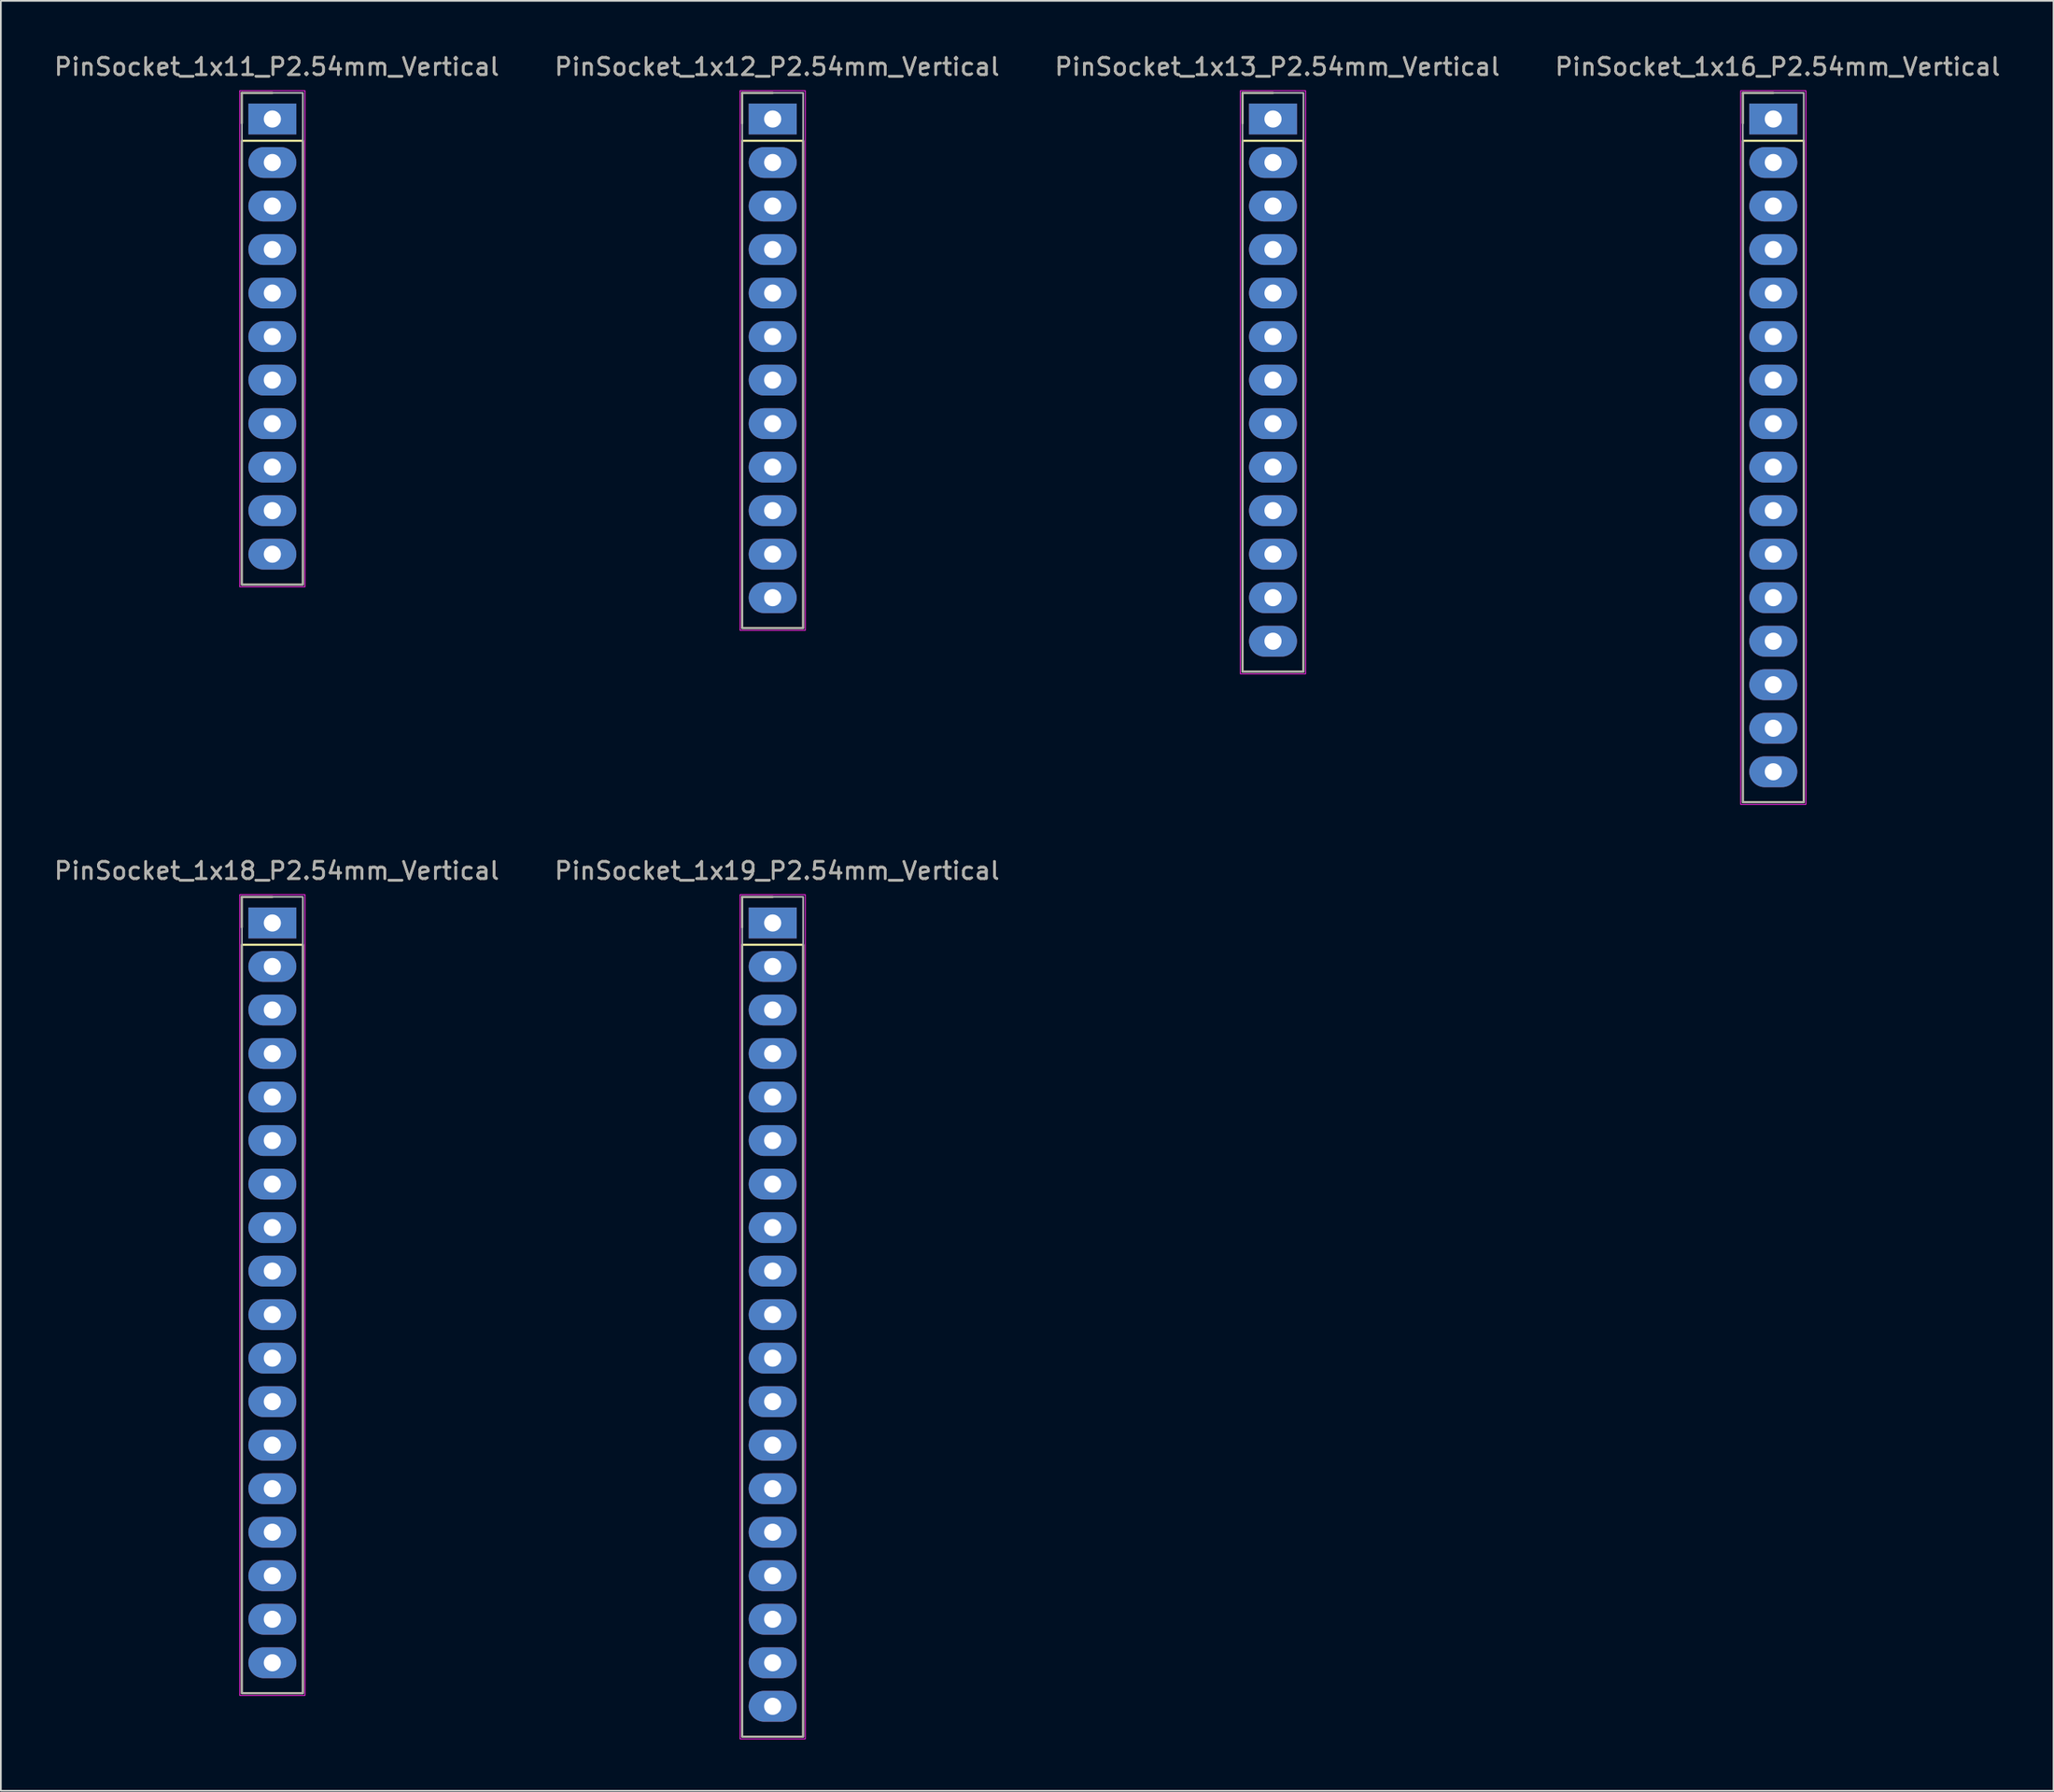
<source format=kicad_pcb>
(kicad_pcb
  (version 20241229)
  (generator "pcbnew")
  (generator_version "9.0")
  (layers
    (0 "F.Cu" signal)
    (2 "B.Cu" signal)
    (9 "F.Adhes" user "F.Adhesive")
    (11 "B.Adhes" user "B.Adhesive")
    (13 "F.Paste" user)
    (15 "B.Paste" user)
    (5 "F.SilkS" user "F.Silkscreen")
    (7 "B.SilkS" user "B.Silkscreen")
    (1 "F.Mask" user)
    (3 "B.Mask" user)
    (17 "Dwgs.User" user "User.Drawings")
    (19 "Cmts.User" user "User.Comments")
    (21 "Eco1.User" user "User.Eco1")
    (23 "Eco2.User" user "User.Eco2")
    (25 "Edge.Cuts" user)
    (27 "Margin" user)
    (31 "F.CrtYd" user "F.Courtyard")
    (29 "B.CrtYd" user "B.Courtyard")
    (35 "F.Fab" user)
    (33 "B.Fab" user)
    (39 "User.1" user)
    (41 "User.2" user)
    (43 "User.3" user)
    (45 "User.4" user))
  (footprint "PinSocket_1x11_P2.54mm_Vertical"
    (layer "F.Cu")
    (at 12.847 3.896)
    (property "Reference" "PinSocket_1x11_P2.54mm_Vertical" (at 0.254 -3.048 0) (unlocked yes) (layer "F.SilkS") (effects (font (size 1 1) (thickness 0.15))))
    (attr through_hole)
    (fp_line (start -1.778 -1.524) (end 0 -1.524) (stroke (width 0.12) (type solid)) (layer "F.SilkS"))
    (fp_line (start -1.778 0.254) (end -1.778 -1.524) (stroke (width 0.12) (type solid)) (layer "F.SilkS"))
    (fp_rect (start -1.778 1.27) (end 1.778 27.178) (stroke (width 0.12) (type solid)) (fill no) (layer "F.SilkS"))
    (fp_rect (start -1.905 -1.651) (end 1.905 27.305) (stroke (width 0.05) (type solid)) (fill no) (layer "F.CrtYd"))
    (fp_rect (start -1.778 -1.524) (end 1.778 27.178) (stroke (width 0.1) (type solid)) (fill no) (layer "F.Fab"))
    (fp_text user "${REFERENCE}" (at 0.254 -3.048 0) (unlocked yes) (layer "F.Fab") (effects (font (size 1 1) (thickness 0.15))))
    (pad "1" thru_hole rect (at 0 0) (size 2.8 1.8) (drill 1) (layers "*.Cu" "*.Mask"))
    (pad "2" thru_hole oval (at 0 2.54) (size 2.8 1.8) (drill 1) (layers "*.Cu" "*.Mask"))
    (pad "3" thru_hole oval (at 0 5.08) (size 2.8 1.8) (drill 1) (layers "*.Cu" "*.Mask"))
    (pad "4" thru_hole oval (at 0 7.62) (size 2.8 1.8) (drill 1) (layers "*.Cu" "*.Mask"))
    (pad "5" thru_hole oval (at 0 10.16) (size 2.8 1.8) (drill 1) (layers "*.Cu" "*.Mask"))
    (pad "6" thru_hole oval (at 0 12.7) (size 2.8 1.8) (drill 1) (layers "*.Cu" "*.Mask"))
    (pad "7" thru_hole oval (at 0 15.24) (size 2.8 1.8) (drill 1) (layers "*.Cu" "*.Mask"))
    (pad "8" thru_hole oval (at 0 17.78) (size 2.8 1.8) (drill 1) (layers "*.Cu" "*.Mask"))
    (pad "9" thru_hole oval (at 0 20.32) (size 2.8 1.8) (drill 1) (layers "*.Cu" "*.Mask"))
    (pad "10" thru_hole oval (at 0 22.86) (size 2.8 1.8) (drill 1) (layers "*.Cu" "*.Mask"))
    (pad "11" thru_hole oval (at 0 25.4) (size 2.8 1.8) (drill 1) (layers "*.Cu" "*.Mask")))
  (footprint "PinSocket_1x19_P2.54mm_Vertical"
    (layer "F.Cu")
    (at 42.05 50.822)
    (property "Reference" "PinSocket_1x19_P2.54mm_Vertical" (at 0.254 -3.048 0) (unlocked yes) (layer "F.SilkS") (effects (font (size 1 1) (thickness 0.15))))
    (attr through_hole)
    (fp_line (start -1.778 -1.524) (end 0 -1.524) (stroke (width 0.12) (type solid)) (layer "F.SilkS"))
    (fp_line (start -1.778 0.254) (end -1.778 -1.524) (stroke (width 0.12) (type solid)) (layer "F.SilkS"))
    (fp_rect (start -1.778 1.27) (end 1.778 47.498) (stroke (width 0.12) (type solid)) (fill no) (layer "F.SilkS"))
    (fp_rect (start -1.905 -1.651) (end 1.905 47.625) (stroke (width 0.05) (type solid)) (fill no) (layer "F.CrtYd"))
    (fp_rect (start -1.778 -1.524) (end 1.778 47.498) (stroke (width 0.1) (type solid)) (fill no) (layer "F.Fab"))
    (fp_text user "${REFERENCE}" (at 0.254 -3.048 0) (unlocked yes) (layer "F.Fab") (effects (font (size 1 1) (thickness 0.15))))
    (pad "1" thru_hole rect (at 0 0) (size 2.8 1.8) (drill 1) (layers "*.Cu" "*.Mask"))
    (pad "2" thru_hole oval (at 0 2.54) (size 2.8 1.8) (drill 1) (layers "*.Cu" "*.Mask"))
    (pad "3" thru_hole oval (at 0 5.08) (size 2.8 1.8) (drill 1) (layers "*.Cu" "*.Mask"))
    (pad "4" thru_hole oval (at 0 7.62) (size 2.8 1.8) (drill 1) (layers "*.Cu" "*.Mask"))
    (pad "5" thru_hole oval (at 0 10.16) (size 2.8 1.8) (drill 1) (layers "*.Cu" "*.Mask"))
    (pad "6" thru_hole oval (at 0 12.7) (size 2.8 1.8) (drill 1) (layers "*.Cu" "*.Mask"))
    (pad "7" thru_hole oval (at 0 15.24) (size 2.8 1.8) (drill 1) (layers "*.Cu" "*.Mask"))
    (pad "8" thru_hole oval (at 0 17.78) (size 2.8 1.8) (drill 1) (layers "*.Cu" "*.Mask"))
    (pad "9" thru_hole oval (at 0 20.32) (size 2.8 1.8) (drill 1) (layers "*.Cu" "*.Mask"))
    (pad "10" thru_hole oval (at 0 22.86) (size 2.8 1.8) (drill 1) (layers "*.Cu" "*.Mask"))
    (pad "11" thru_hole oval (at 0 25.4) (size 2.8 1.8) (drill 1) (layers "*.Cu" "*.Mask"))
    (pad "12" thru_hole oval (at 0 27.94) (size 2.8 1.8) (drill 1) (layers "*.Cu" "*.Mask"))
    (pad "13" thru_hole oval (at 0 30.48) (size 2.8 1.8) (drill 1) (layers "*.Cu" "*.Mask"))
    (pad "14" thru_hole oval (at 0 33.02) (size 2.8 1.8) (drill 1) (layers "*.Cu" "*.Mask"))
    (pad "15" thru_hole oval (at 0 35.56) (size 2.8 1.8) (drill 1) (layers "*.Cu" "*.Mask"))
    (pad "16" thru_hole oval (at 0 38.1) (size 2.8 1.8) (drill 1) (layers "*.Cu" "*.Mask"))
    (pad "17" thru_hole oval (at 0 40.64) (size 2.8 1.8) (drill 1) (layers "*.Cu" "*.Mask"))
    (pad "18" thru_hole oval (at 0 43.18) (size 2.8 1.8) (drill 1) (layers "*.Cu" "*.Mask"))
    (pad "19" thru_hole oval (at 0 45.72) (size 2.8 1.8) (drill 1) (layers "*.Cu" "*.Mask")))
  (footprint "PinSocket_1x13_P2.54mm_Vertical"
    (layer "F.Cu")
    (at 71.252 3.896)
    (property "Reference" "PinSocket_1x13_P2.54mm_Vertical" (at 0.254 -3.048 0) (unlocked yes) (layer "F.SilkS") (effects (font (size 1 1) (thickness 0.15))))
    (attr through_hole)
    (fp_line (start -1.778 -1.524) (end 0 -1.524) (stroke (width 0.12) (type solid)) (layer "F.SilkS"))
    (fp_line (start -1.778 0.254) (end -1.778 -1.524) (stroke (width 0.12) (type solid)) (layer "F.SilkS"))
    (fp_rect (start -1.778 1.27) (end 1.778 32.258) (stroke (width 0.12) (type solid)) (fill no) (layer "F.SilkS"))
    (fp_rect (start -1.905 -1.651) (end 1.905 32.385) (stroke (width 0.05) (type solid)) (fill no) (layer "F.CrtYd"))
    (fp_rect (start -1.778 -1.524) (end 1.778 32.258) (stroke (width 0.1) (type solid)) (fill no) (layer "F.Fab"))
    (fp_text user "${REFERENCE}" (at 0.254 -3.048 0) (unlocked yes) (layer "F.Fab") (effects (font (size 1 1) (thickness 0.15))))
    (pad "1" thru_hole rect (at 0 0) (size 2.8 1.8) (drill 1) (layers "*.Cu" "*.Mask"))
    (pad "2" thru_hole oval (at 0 2.54) (size 2.8 1.8) (drill 1) (layers "*.Cu" "*.Mask"))
    (pad "3" thru_hole oval (at 0 5.08) (size 2.8 1.8) (drill 1) (layers "*.Cu" "*.Mask"))
    (pad "4" thru_hole oval (at 0 7.62) (size 2.8 1.8) (drill 1) (layers "*.Cu" "*.Mask"))
    (pad "5" thru_hole oval (at 0 10.16) (size 2.8 1.8) (drill 1) (layers "*.Cu" "*.Mask"))
    (pad "6" thru_hole oval (at 0 12.7) (size 2.8 1.8) (drill 1) (layers "*.Cu" "*.Mask"))
    (pad "7" thru_hole oval (at 0 15.24) (size 2.8 1.8) (drill 1) (layers "*.Cu" "*.Mask"))
    (pad "8" thru_hole oval (at 0 17.78) (size 2.8 1.8) (drill 1) (layers "*.Cu" "*.Mask"))
    (pad "9" thru_hole oval (at 0 20.32) (size 2.8 1.8) (drill 1) (layers "*.Cu" "*.Mask"))
    (pad "10" thru_hole oval (at 0 22.86) (size 2.8 1.8) (drill 1) (layers "*.Cu" "*.Mask"))
    (pad "11" thru_hole oval (at 0 25.4) (size 2.8 1.8) (drill 1) (layers "*.Cu" "*.Mask"))
    (pad "12" thru_hole oval (at 0 27.94) (size 2.8 1.8) (drill 1) (layers "*.Cu" "*.Mask"))
    (pad "13" thru_hole oval (at 0 30.48) (size 2.8 1.8) (drill 1) (layers "*.Cu" "*.Mask")))
  (footprint "PinSocket_1x18_P2.54mm_Vertical"
    (layer "F.Cu")
    (at 12.847 50.822)
    (property "Reference" "PinSocket_1x18_P2.54mm_Vertical" (at 0.254 -3.048 0) (unlocked yes) (layer "F.SilkS") (effects (font (size 1 1) (thickness 0.15))))
    (attr through_hole)
    (fp_line (start -1.778 -1.524) (end 0 -1.524) (stroke (width 0.12) (type solid)) (layer "F.SilkS"))
    (fp_line (start -1.778 0.254) (end -1.778 -1.524) (stroke (width 0.12) (type solid)) (layer "F.SilkS"))
    (fp_rect (start -1.778 1.27) (end 1.778 44.958) (stroke (width 0.12) (type solid)) (fill no) (layer "F.SilkS"))
    (fp_rect (start -1.905 -1.651) (end 1.905 45.085) (stroke (width 0.05) (type solid)) (fill no) (layer "F.CrtYd"))
    (fp_rect (start -1.778 -1.524) (end 1.778 44.958) (stroke (width 0.1) (type solid)) (fill no) (layer "F.Fab"))
    (fp_text user "${REFERENCE}" (at 0.254 -3.048 0) (unlocked yes) (layer "F.Fab") (effects (font (size 1 1) (thickness 0.15))))
    (pad "1" thru_hole rect (at 0 0) (size 2.8 1.8) (drill 1) (layers "*.Cu" "*.Mask"))
    (pad "2" thru_hole oval (at 0 2.54) (size 2.8 1.8) (drill 1) (layers "*.Cu" "*.Mask"))
    (pad "3" thru_hole oval (at 0 5.08) (size 2.8 1.8) (drill 1) (layers "*.Cu" "*.Mask"))
    (pad "4" thru_hole oval (at 0 7.62) (size 2.8 1.8) (drill 1) (layers "*.Cu" "*.Mask"))
    (pad "5" thru_hole oval (at 0 10.16) (size 2.8 1.8) (drill 1) (layers "*.Cu" "*.Mask"))
    (pad "6" thru_hole oval (at 0 12.7) (size 2.8 1.8) (drill 1) (layers "*.Cu" "*.Mask"))
    (pad "7" thru_hole oval (at 0 15.24) (size 2.8 1.8) (drill 1) (layers "*.Cu" "*.Mask"))
    (pad "8" thru_hole oval (at 0 17.78) (size 2.8 1.8) (drill 1) (layers "*.Cu" "*.Mask"))
    (pad "9" thru_hole oval (at 0 20.32) (size 2.8 1.8) (drill 1) (layers "*.Cu" "*.Mask"))
    (pad "10" thru_hole oval (at 0 22.86) (size 2.8 1.8) (drill 1) (layers "*.Cu" "*.Mask"))
    (pad "11" thru_hole oval (at 0 25.4) (size 2.8 1.8) (drill 1) (layers "*.Cu" "*.Mask"))
    (pad "12" thru_hole oval (at 0 27.94) (size 2.8 1.8) (drill 1) (layers "*.Cu" "*.Mask"))
    (pad "13" thru_hole oval (at 0 30.48) (size 2.8 1.8) (drill 1) (layers "*.Cu" "*.Mask"))
    (pad "14" thru_hole oval (at 0 33.02) (size 2.8 1.8) (drill 1) (layers "*.Cu" "*.Mask"))
    (pad "15" thru_hole oval (at 0 35.56) (size 2.8 1.8) (drill 1) (layers "*.Cu" "*.Mask"))
    (pad "16" thru_hole oval (at 0 38.1) (size 2.8 1.8) (drill 1) (layers "*.Cu" "*.Mask"))
    (pad "17" thru_hole oval (at 0 40.64) (size 2.8 1.8) (drill 1) (layers "*.Cu" "*.Mask"))
    (pad "18" thru_hole oval (at 0 43.18) (size 2.8 1.8) (drill 1) (layers "*.Cu" "*.Mask")))
  (footprint "PinSocket_1x12_P2.54mm_Vertical"
    (layer "F.Cu")
    (at 42.05 3.896)
    (property "Reference" "PinSocket_1x12_P2.54mm_Vertical" (at 0.254 -3.048 0) (unlocked yes) (layer "F.SilkS") (effects (font (size 1 1) (thickness 0.15))))
    (attr through_hole)
    (fp_line (start -1.778 -1.524) (end 0 -1.524) (stroke (width 0.12) (type solid)) (layer "F.SilkS"))
    (fp_line (start -1.778 0.254) (end -1.778 -1.524) (stroke (width 0.12) (type solid)) (layer "F.SilkS"))
    (fp_rect (start -1.778 1.27) (end 1.778 29.718) (stroke (width 0.12) (type solid)) (fill no) (layer "F.SilkS"))
    (fp_rect (start -1.905 -1.651) (end 1.905 29.845) (stroke (width 0.05) (type solid)) (fill no) (layer "F.CrtYd"))
    (fp_rect (start -1.778 -1.524) (end 1.778 29.718) (stroke (width 0.1) (type solid)) (fill no) (layer "F.Fab"))
    (fp_text user "${REFERENCE}" (at 0.254 -3.048 0) (unlocked yes) (layer "F.Fab") (effects (font (size 1 1) (thickness 0.15))))
    (pad "1" thru_hole rect (at 0 0) (size 2.8 1.8) (drill 1) (layers "*.Cu" "*.Mask"))
    (pad "2" thru_hole oval (at 0 2.54) (size 2.8 1.8) (drill 1) (layers "*.Cu" "*.Mask"))
    (pad "3" thru_hole oval (at 0 5.08) (size 2.8 1.8) (drill 1) (layers "*.Cu" "*.Mask"))
    (pad "4" thru_hole oval (at 0 7.62) (size 2.8 1.8) (drill 1) (layers "*.Cu" "*.Mask"))
    (pad "5" thru_hole oval (at 0 10.16) (size 2.8 1.8) (drill 1) (layers "*.Cu" "*.Mask"))
    (pad "6" thru_hole oval (at 0 12.7) (size 2.8 1.8) (drill 1) (layers "*.Cu" "*.Mask"))
    (pad "7" thru_hole oval (at 0 15.24) (size 2.8 1.8) (drill 1) (layers "*.Cu" "*.Mask"))
    (pad "8" thru_hole oval (at 0 17.78) (size 2.8 1.8) (drill 1) (layers "*.Cu" "*.Mask"))
    (pad "9" thru_hole oval (at 0 20.32) (size 2.8 1.8) (drill 1) (layers "*.Cu" "*.Mask"))
    (pad "10" thru_hole oval (at 0 22.86) (size 2.8 1.8) (drill 1) (layers "*.Cu" "*.Mask"))
    (pad "11" thru_hole oval (at 0 25.4) (size 2.8 1.8) (drill 1) (layers "*.Cu" "*.Mask"))
    (pad "12" thru_hole oval (at 0 27.94) (size 2.8 1.8) (drill 1) (layers "*.Cu" "*.Mask")))
  (footprint "PinSocket_1x16_P2.54mm_Vertical"
    (layer "F.Cu")
    (at 100.454 3.896)
    (property "Reference" "PinSocket_1x16_P2.54mm_Vertical" (at 0.254 -3.048 0) (unlocked yes) (layer "F.SilkS") (effects (font (size 1 1) (thickness 0.15))))
    (attr through_hole)
    (fp_line (start -1.778 -1.524) (end 0 -1.524) (stroke (width 0.12) (type solid)) (layer "F.SilkS"))
    (fp_line (start -1.778 0.254) (end -1.778 -1.524) (stroke (width 0.12) (type solid)) (layer "F.SilkS"))
    (fp_rect (start -1.778 1.27) (end 1.778 39.878) (stroke (width 0.12) (type solid)) (fill no) (layer "F.SilkS"))
    (fp_rect (start -1.905 -1.651) (end 1.905 40.005) (stroke (width 0.05) (type solid)) (fill no) (layer "F.CrtYd"))
    (fp_rect (start -1.778 -1.524) (end 1.778 39.878) (stroke (width 0.1) (type solid)) (fill no) (layer "F.Fab"))
    (fp_text user "${REFERENCE}" (at 0.254 -3.048 0) (unlocked yes) (layer "F.Fab") (effects (font (size 1 1) (thickness 0.15))))
    (pad "1" thru_hole rect (at 0 0) (size 2.8 1.8) (drill 1) (layers "*.Cu" "*.Mask"))
    (pad "2" thru_hole oval (at 0 2.54) (size 2.8 1.8) (drill 1) (layers "*.Cu" "*.Mask"))
    (pad "3" thru_hole oval (at 0 5.08) (size 2.8 1.8) (drill 1) (layers "*.Cu" "*.Mask"))
    (pad "4" thru_hole oval (at 0 7.62) (size 2.8 1.8) (drill 1) (layers "*.Cu" "*.Mask"))
    (pad "5" thru_hole oval (at 0 10.16) (size 2.8 1.8) (drill 1) (layers "*.Cu" "*.Mask"))
    (pad "6" thru_hole oval (at 0 12.7) (size 2.8 1.8) (drill 1) (layers "*.Cu" "*.Mask"))
    (pad "7" thru_hole oval (at 0 15.24) (size 2.8 1.8) (drill 1) (layers "*.Cu" "*.Mask"))
    (pad "8" thru_hole oval (at 0 17.78) (size 2.8 1.8) (drill 1) (layers "*.Cu" "*.Mask"))
    (pad "9" thru_hole oval (at 0 20.32) (size 2.8 1.8) (drill 1) (layers "*.Cu" "*.Mask"))
    (pad "10" thru_hole oval (at 0 22.86) (size 2.8 1.8) (drill 1) (layers "*.Cu" "*.Mask"))
    (pad "11" thru_hole oval (at 0 25.4) (size 2.8 1.8) (drill 1) (layers "*.Cu" "*.Mask"))
    (pad "12" thru_hole oval (at 0 27.94) (size 2.8 1.8) (drill 1) (layers "*.Cu" "*.Mask"))
    (pad "13" thru_hole oval (at 0 30.48) (size 2.8 1.8) (drill 1) (layers "*.Cu" "*.Mask"))
    (pad "14" thru_hole oval (at 0 33.02) (size 2.8 1.8) (drill 1) (layers "*.Cu" "*.Mask"))
    (pad "15" thru_hole oval (at 0 35.56) (size 2.8 1.8) (drill 1) (layers "*.Cu" "*.Mask"))
    (pad "16" thru_hole oval (at 0 38.1) (size 2.8 1.8) (drill 1) (layers "*.Cu" "*.Mask")))
  (gr_rect
    (start -3 -3)
    (end 116.81 101.472)
    (stroke (width 0.1) (type default))
    (fill no)
    (layer "Edge.Cuts")))
</source>
